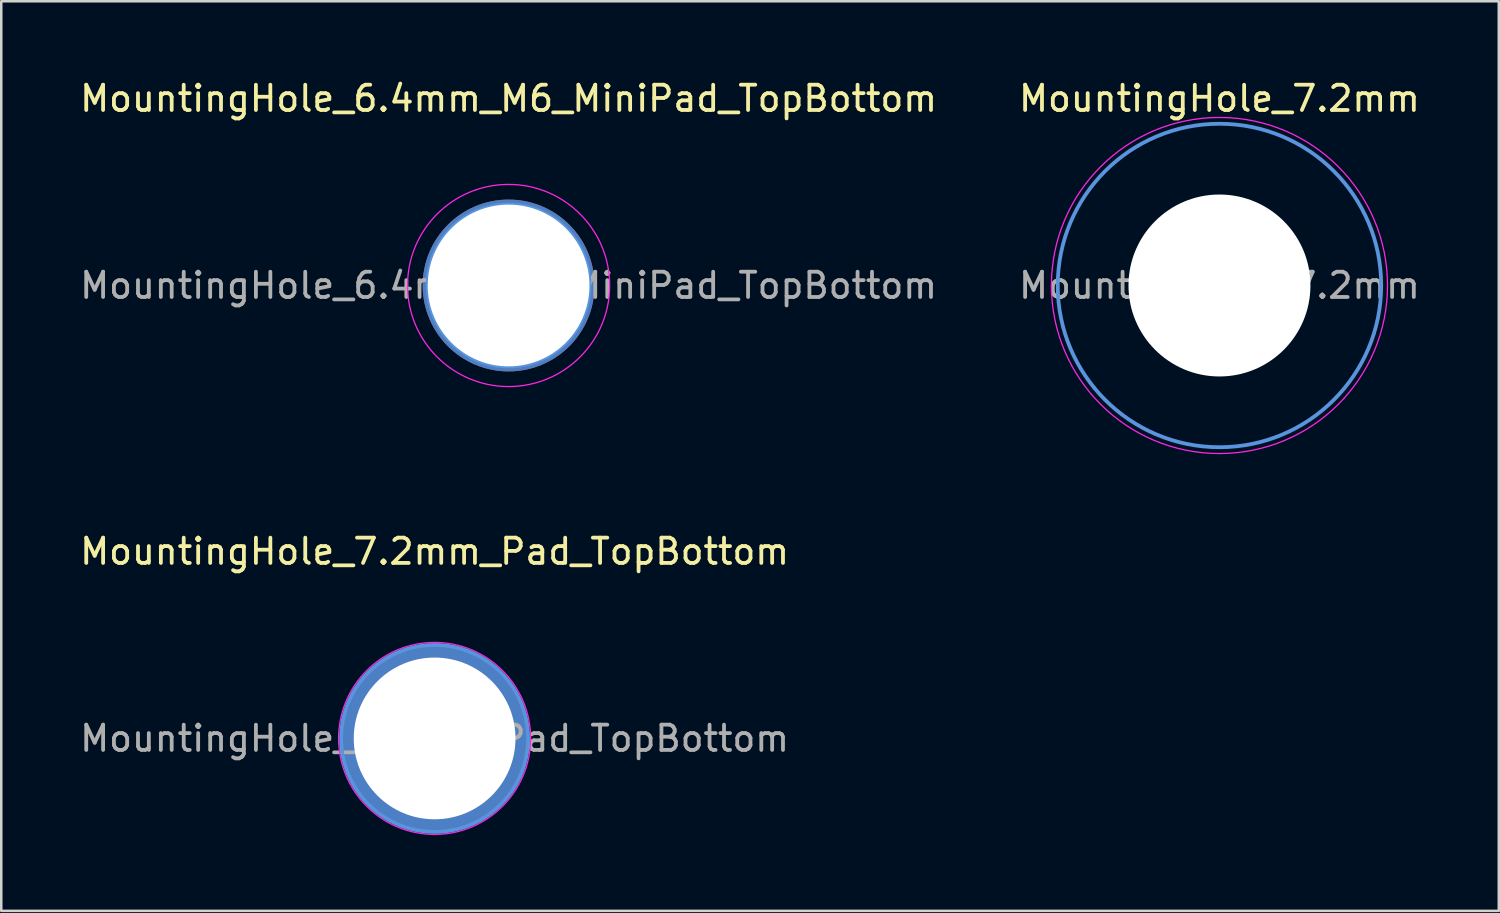
<source format=kicad_pcb>
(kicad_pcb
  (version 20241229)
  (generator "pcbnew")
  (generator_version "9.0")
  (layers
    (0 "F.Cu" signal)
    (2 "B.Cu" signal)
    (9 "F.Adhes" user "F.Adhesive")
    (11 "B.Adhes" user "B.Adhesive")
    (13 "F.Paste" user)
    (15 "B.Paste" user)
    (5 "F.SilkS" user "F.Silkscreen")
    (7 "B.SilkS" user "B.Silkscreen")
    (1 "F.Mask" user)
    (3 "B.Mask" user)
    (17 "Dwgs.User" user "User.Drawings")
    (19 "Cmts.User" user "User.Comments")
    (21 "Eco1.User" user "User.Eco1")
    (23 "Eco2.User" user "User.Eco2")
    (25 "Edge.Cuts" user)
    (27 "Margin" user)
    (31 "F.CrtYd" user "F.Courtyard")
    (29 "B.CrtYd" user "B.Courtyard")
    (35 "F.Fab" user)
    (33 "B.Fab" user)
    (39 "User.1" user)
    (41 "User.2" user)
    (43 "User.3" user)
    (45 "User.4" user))
  (footprint "MountingHole_7.2mm_Pad_TopBottom"
    (layer "F.Cu")
    (at 14.149 26.172)
    (property "Reference" "MountingHole_7.2mm_Pad_TopBottom" (at 0 -7.4 0) (layer "F.SilkS") (effects (font (size 1 1) (thickness 0.15))))
    (attr exclude_from_pos_files exclude_from_bom)
    (fp_circle (center 0 0) (end 3.7 0) (stroke (width 0.15) (type solid)) (fill no) (layer "Cmts.User"))
    (fp_circle (center 0 0) (end 3.8 0) (stroke (width 0.05) (type solid)) (fill no) (layer "F.CrtYd"))
    (fp_text user "${REFERENCE}" (at 0 0 0) (layer "F.Fab") (effects (font (size 1 1) (thickness 0.15))))
    (pad "1" thru_hole circle (at 0 0) (size 7.2 7.2) (drill 6.4) (layers "*.Cu" "*.Mask"))
    (pad "1" connect circle (at 0 0) (size 7.4 7.4) (layers "F.Cu" "F.Mask"))
    (pad "1" connect circle (at 0 0) (size 7.4 7.4) (layers "B.Cu" "B.Mask")))
  (footprint "MountingHole_7.2mm"
    (layer "F.Cu")
    (at 45.208 8.248)
    (property "Reference" "MountingHole_7.2mm" (at 0 -7.4 0) (layer "F.SilkS") (effects (font (size 1 1) (thickness 0.15))))
    (attr exclude_from_pos_files exclude_from_bom)
    (fp_circle (center 0 0) (end 6.4 0) (stroke (width 0.15) (type solid)) (fill no) (layer "Cmts.User"))
    (fp_circle (center 0 0) (end 6.65 0) (stroke (width 0.05) (type solid)) (fill no) (layer "F.CrtYd"))
    (fp_text user "${REFERENCE}" (at 0 0 0) (layer "F.Fab") (effects (font (size 1 1) (thickness 0.15))))
    (pad "" np_thru_hole circle (at 0 0) (size 7.2 7.2) (drill 7.2) (layers "*.Cu" "*.Mask")))
  (footprint "MountingHole_6.4mm_M6_MiniPad_TopBottom"
    (layer "F.Cu")
    (at 17.077 8.248)
    (property "Reference" "MountingHole_6.4mm_M6_MiniPad_TopBottom" (at 0 -7.4 0) (layer "F.SilkS") (effects (font (size 1 1) (thickness 0.15))))
    (attr exclude_from_pos_files exclude_from_bom)
    (fp_circle (center 0 0) (end 3.2 0) (stroke (width 0.15) (type solid)) (fill no) (layer "Cmts.User"))
    (fp_circle (center 0 0) (end 4 0) (stroke (width 0.05) (type solid)) (fill no) (layer "F.CrtYd"))
    (fp_text user "${REFERENCE}" (at 0 0 0) (layer "F.Fab") (effects (font (size 1 1) (thickness 0.15))))
    (pad "1" connect circle (at 0 0) (size 6.4 6.4) (layers "F.Cu" "F.Mask"))
    (pad "1" connect circle (at 0 0) (size 6.4 6.4) (layers "B.Cu" "B.Mask"))
    (pad "1" thru_hole circle (at 0 0) (size 6.8 6.8) (drill 6.4) (layers "*.Cu" "*.Mask")))
  (gr_rect
    (start -3 -3)
    (end 56.262 32.996)
    (stroke (width 0.1) (type default))
    (fill no)
    (layer "Edge.Cuts")))
</source>
